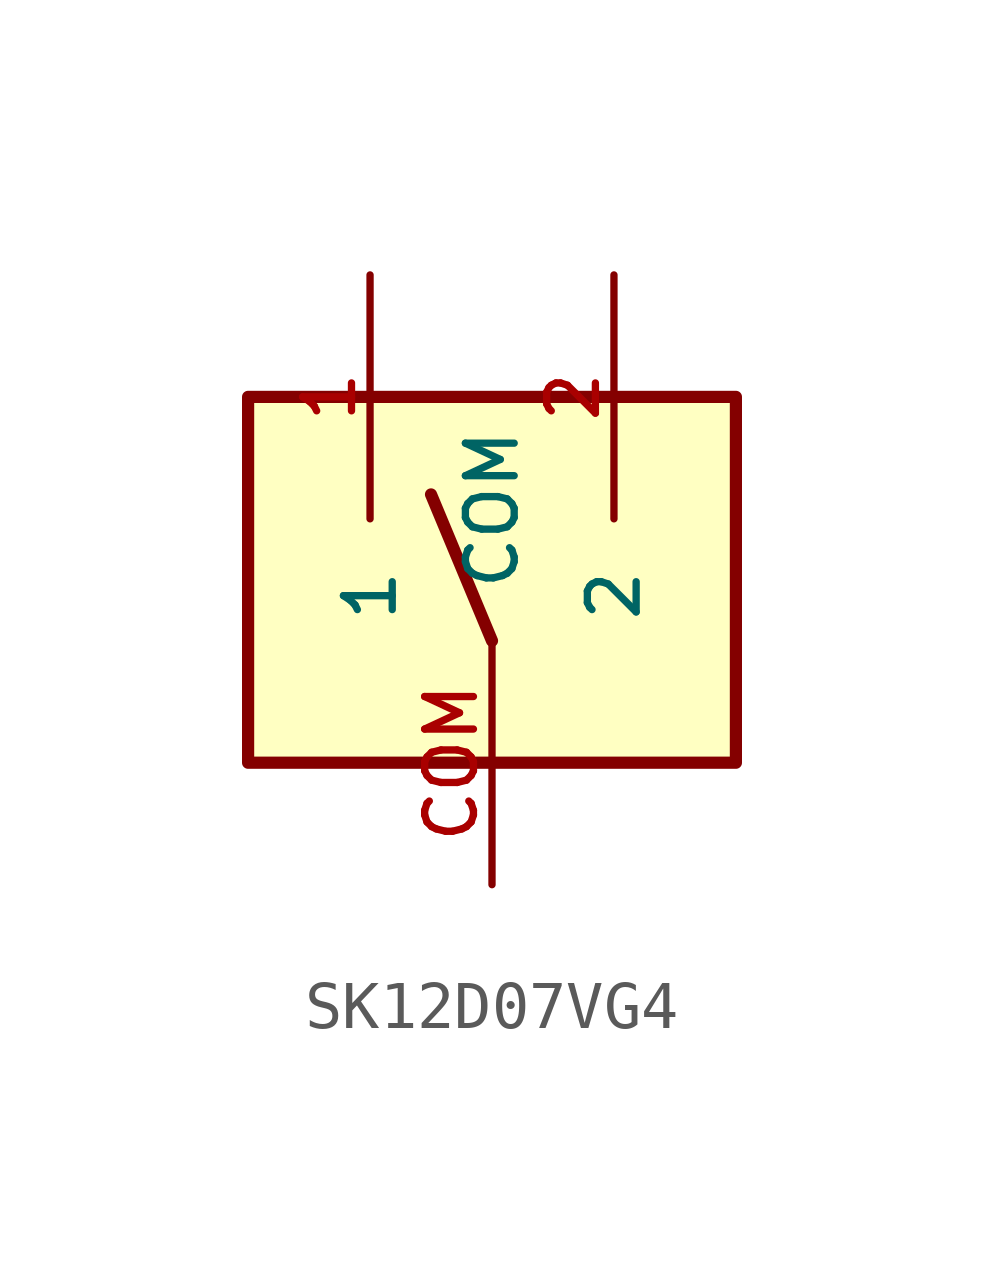
<source format=kicad_sym>
(kicad_symbol_lib
  (version 20211014)
  (generator kicad_symbol_editor)
  (symbol "SK12D07VG4"
    (pin_names
      (offset 1.016))
    (property "Reference" "U"
      (at 0 0 0)
      (effects (font (size 1.27 1.27)) (justify left bottom) hide))
    (property "ki_locked" ""
      (at 0 0 0)
      (effects (font (size 1.27 1.27))))
    (symbol "SK12D07VG4_0_0"
      (rectangle (start -5.08 -2.54) (end 5.08 5.08) (stroke (width 0.254) (type default) (color 0 0 0 0)) (fill (type background)))
      (polyline (pts (xy 0 0) (xy -1.27 3.048)) (stroke (width 0.254) (type default) (color 0 0 0 0)) (fill (type none)))
      (pin bidirectional line (at -2.54 7.62 270) (length 5.08) (name "1" (effects (font (size 1.016 1.016)))) (number "1" (effects (font (size 1.016 1.016)))))
      (pin bidirectional line (at 2.54 7.62 270) (length 5.08) (name "2" (effects (font (size 1.016 1.016)))) (number "2" (effects (font (size 1.016 1.016)))))
      (pin bidirectional line (at 0 -5.08 90) (length 5.08) (name "COM" (effects (font (size 1.016 1.016)))) (number "COM" (effects (font (size 1.016 1.016))))))))
</source>
